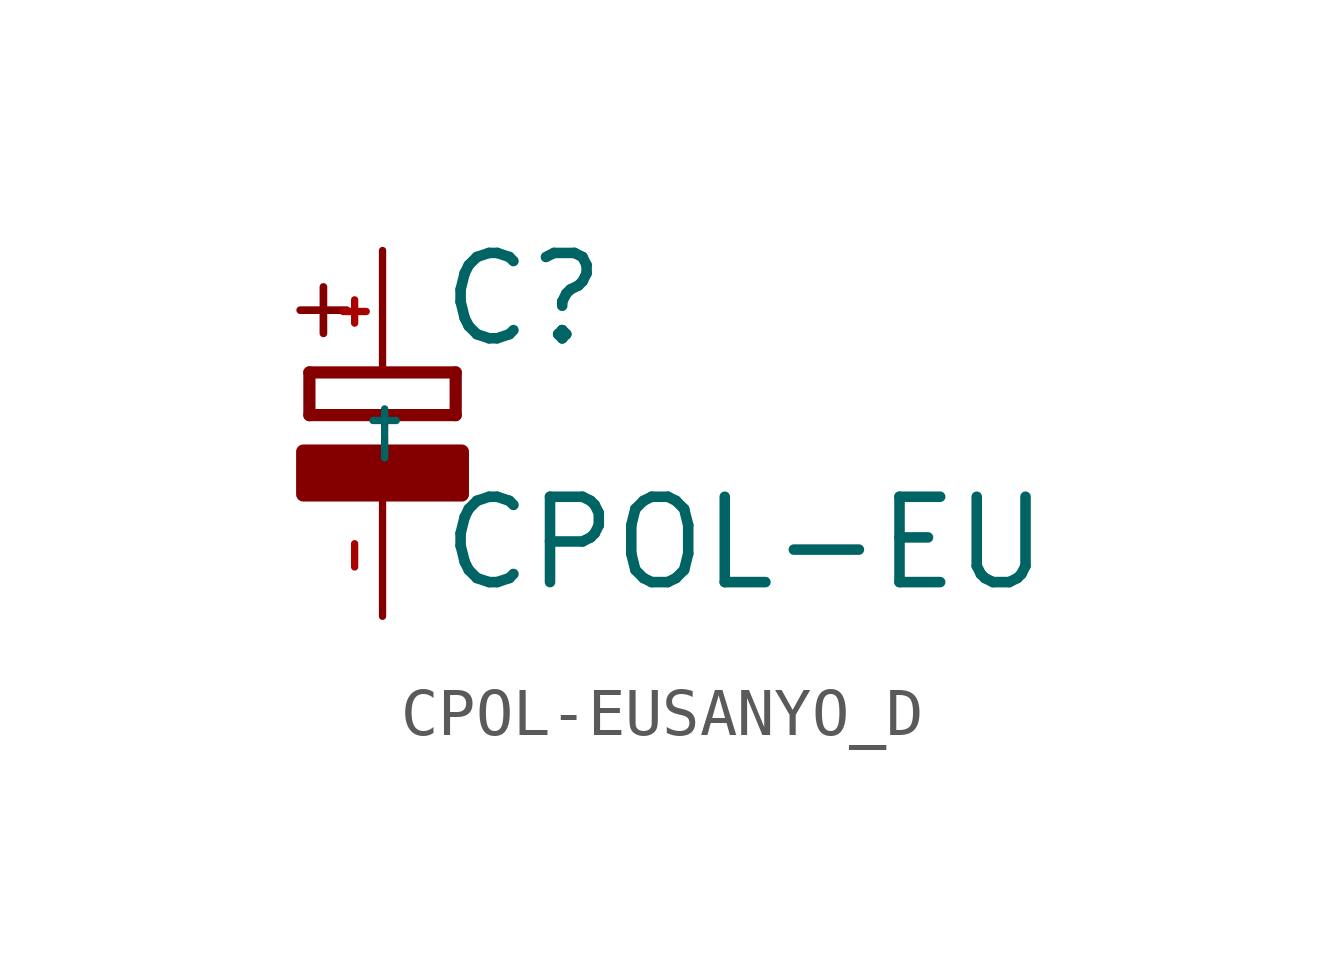
<source format=kicad_sym>
(kicad_symbol_lib
  (version 20220914)
  (generator Eagle2Kicad)
  (symbol "CPOL-EUSANYO_D"
    (property "Reference" "C"
      (at 1.143 0.483 0)
      (effects (font (size 1.778 1.778) (thickness 0.22)) (justify left bottom)))
    (property "Value" "CPOL-EU"
      (at 1.143 -4.597 0)
      (effects (font (size 1.778 1.778) (thickness 0.22)) (justify left bottom)))
    (polyline
      (pts (xy -1.524 -0.889) (xy 1.524 -0.889))
      (stroke (width 0.254) (type default))
      (fill (type none)))
    (polyline
      (pts (xy 1.524 -0.889) (xy 1.524 0))
      (stroke (width 0.254) (type default))
      (fill (type none)))
    (polyline
      (pts (xy -1.524 0) (xy -1.524 -0.889))
      (stroke (width 0.254) (type default))
      (fill (type none)))
    (polyline
      (pts (xy -1.524 0) (xy 1.524 0))
      (stroke (width 0.254) (type default))
      (fill (type none)))
    (text "+"
      (at -0.584 0.406 900)
      (effects (font (size 1.27 1.27) (thickness 0.16)) (justify left bottom)))
    (rectangle
      (start -1.651 -2.54)
      (end 1.651 -1.651)
      (stroke (width 0.3) (type default))
      (fill (type outline)))
    (pin passive line
      (at 0 -5.08 90)
      (length 2.54)
      (name "-" (effects (font (size 0.635 0.635) (thickness 0.08)) (justify left bottom)))
      (number "-" (effects (font (size 0.635 0.635) (thickness 0.08)) (justify left bottom))))
    (pin passive line
      (at 0 2.54 270)
      (length 2.54)
      (name "+" (effects (font (size 0.635 0.635) (thickness 0.08)) (justify left bottom)))
      (number "+" (effects (font (size 0.635 0.635) (thickness 0.08)) (justify left bottom))))))
</source>
